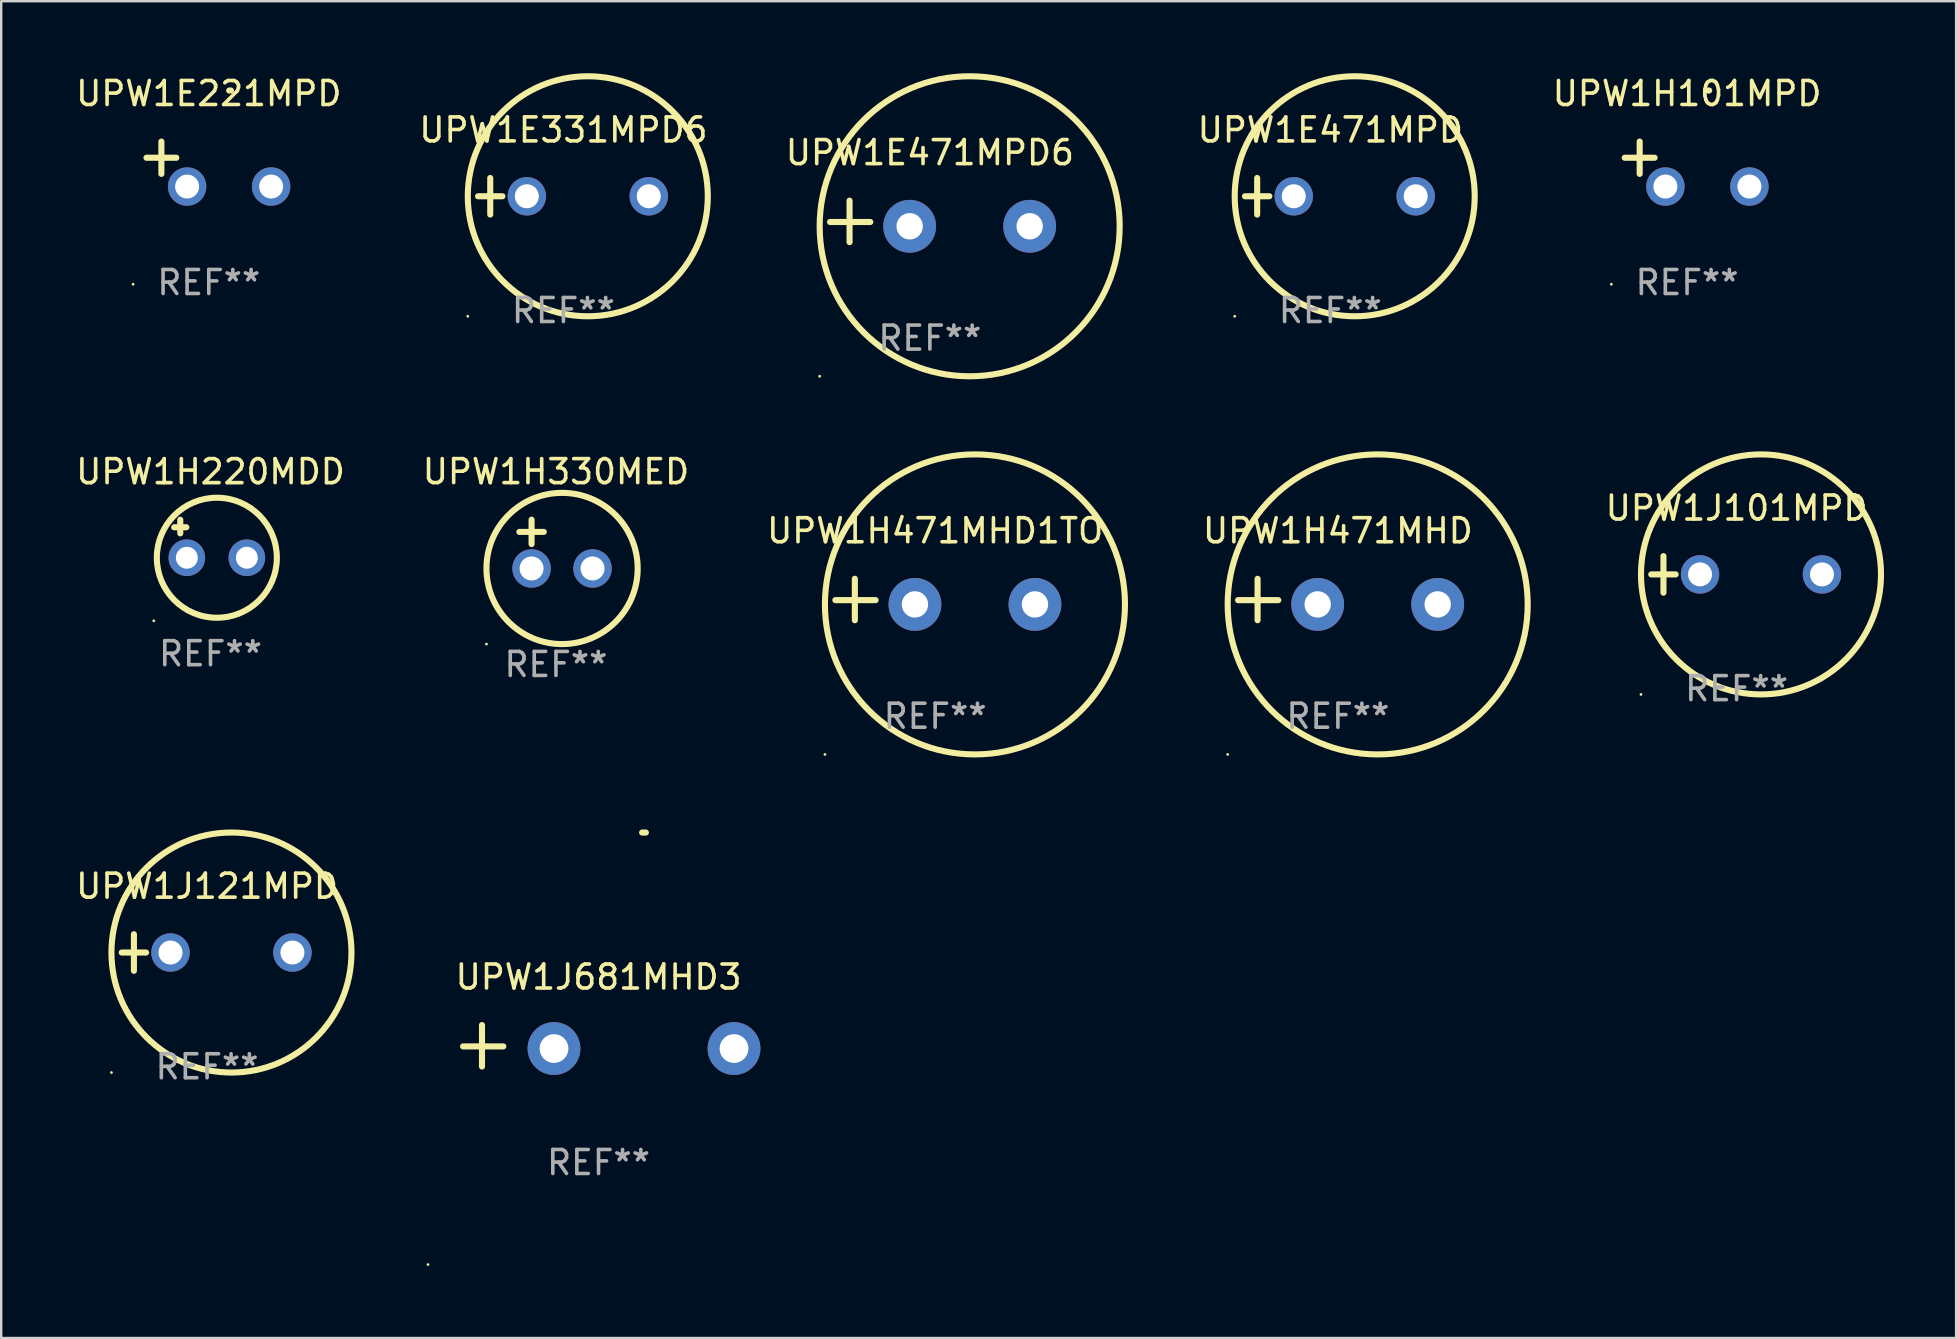
<source format=kicad_pcb>
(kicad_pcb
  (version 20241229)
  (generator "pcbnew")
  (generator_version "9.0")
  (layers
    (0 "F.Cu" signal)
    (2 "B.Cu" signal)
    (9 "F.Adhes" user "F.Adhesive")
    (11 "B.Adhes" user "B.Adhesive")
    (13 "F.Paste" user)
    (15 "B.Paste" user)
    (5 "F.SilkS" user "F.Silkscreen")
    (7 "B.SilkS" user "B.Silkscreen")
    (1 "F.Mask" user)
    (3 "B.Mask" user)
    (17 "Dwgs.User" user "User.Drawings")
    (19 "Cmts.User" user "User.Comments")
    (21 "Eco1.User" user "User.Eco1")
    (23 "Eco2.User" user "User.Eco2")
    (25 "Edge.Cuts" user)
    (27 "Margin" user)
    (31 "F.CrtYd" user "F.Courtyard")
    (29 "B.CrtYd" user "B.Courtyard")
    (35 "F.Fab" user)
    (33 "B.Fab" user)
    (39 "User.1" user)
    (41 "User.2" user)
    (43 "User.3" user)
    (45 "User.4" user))
  (footprint "UPW1H471MHD"
    (layer "F.Cu")
    (at 52.69 21.928)
    (property "Reference" "UPW1H471MHD" (at 0 -2.864 0) (layer "F.SilkS") (effects (font (size 1 1) (thickness 0.15))))
    (attr through_hole)
    (fp_line (start -3.346 0.864) (end -3.346 -0.864) (stroke (width 0.254) (type solid)) (layer "F.SilkS"))
    (fp_line (start -2.482 0.025) (end -4.158 0.025) (stroke (width 0.254) (type solid)) (layer "F.SilkS"))
    (fp_circle (center -4.592 6.453) (end -4.562 6.453) (stroke (width 0.06) (type solid)) (fill no) (layer "F.SilkS"))
    (fp_circle (center 1.658 0.203) (end 7.908 0.203) (stroke (width 0.254) (type solid)) (fill no) (layer "F.SilkS"))
    (fp_text user "REF**" (at 0 4.864 0) (layer "F.Fab") (effects (font (size 1 1) (thickness 0.15))))
    (pad "1" thru_hole circle (at -0.842 0.203) (size 2.2 2.2) (drill 1.1) (layers "*.Cu" "*.Mask"))
    (pad "2" thru_hole circle (at 4.158 0.203) (size 2.2 2.2) (drill 1.1) (layers "*.Cu" "*.Mask")))
  (footprint "UPW1E471MPD6"
    (layer "F.Cu")
    (at 35.691 6.174)
    (property "Reference" "UPW1E471MPD6" (at 0 -2.864 0) (layer "F.SilkS") (effects (font (size 1 1) (thickness 0.15))))
    (attr through_hole)
    (fp_line (start -3.346 0.864) (end -3.346 -0.864) (stroke (width 0.254) (type solid)) (layer "F.SilkS"))
    (fp_line (start -2.482 0.025) (end -4.158 0.025) (stroke (width 0.254) (type solid)) (layer "F.SilkS"))
    (fp_circle (center -4.592 6.453) (end -4.562 6.453) (stroke (width 0.06) (type solid)) (fill no) (layer "F.SilkS"))
    (fp_circle (center 1.658 0.203) (end 7.908 0.203) (stroke (width 0.254) (type solid)) (fill no) (layer "F.SilkS"))
    (fp_text user "REF**" (at 0 4.864 0) (layer "F.Fab") (effects (font (size 1 1) (thickness 0.15))))
    (pad "1" thru_hole circle (at -0.842 0.203) (size 2.2 2.2) (drill 1.1) (layers "*.Cu" "*.Mask"))
    (pad "2" thru_hole circle (at 4.158 0.203) (size 2.2 2.2) (drill 1.1) (layers "*.Cu" "*.Mask")))
  (footprint "UPW1E471MPD"
    (layer "F.Cu")
    (at 52.375 5.127)
    (property "Reference" "UPW1E471MPD" (at 0 -2.762 0) (layer "F.SilkS") (effects (font (size 1 1) (thickness 0.15))))
    (attr through_hole)
    (fp_line (start -3.556 0) (end -2.54 0) (stroke (width 0.254) (type solid)) (layer "F.SilkS"))
    (fp_line (start -3.048 -0.762) (end -3.048 0.762) (stroke (width 0.254) (type solid)) (layer "F.SilkS"))
    (fp_circle (center -3.984 5) (end -3.954 5) (stroke (width 0.06) (type solid)) (fill no) (layer "F.SilkS"))
    (fp_circle (center 1.016 0) (end 6.016 0) (stroke (width 0.254) (type solid)) (fill no) (layer "F.SilkS"))
    (fp_text user "REF**" (at 0 4.762 0) (layer "F.Fab") (effects (font (size 1 1) (thickness 0.15))))
    (pad "1" thru_hole circle (at -1.524 0) (size 1.6 1.6) (drill 1) (layers "*.Cu" "*.Mask"))
    (pad "2" thru_hole circle (at 3.556 0) (size 1.6 1.6) (drill 1) (layers "*.Cu" "*.Mask")))
  (footprint "UPW1H330MED"
    (layer "F.Cu")
    (at 20.113 19.618)
    (property "Reference" "UPW1H330MED" (at 0 -3.016 0) (layer "F.SilkS") (effects (font (size 1 1) (thickness 0.15))))
    (attr through_hole)
    (fp_line (start -1.524 -0.508) (end -0.508 -0.508) (stroke (width 0.254) (type solid)) (layer "F.SilkS"))
    (fp_line (start -1.016 -1.016) (end -1.016 0) (stroke (width 0.254) (type solid)) (layer "F.SilkS"))
    (fp_circle (center -2.896 4.166) (end -2.866 4.166) (stroke (width 0.06) (type solid)) (fill no) (layer "F.SilkS"))
    (fp_circle (center 0.254 1.016) (end 3.404 1.016) (stroke (width 0.254) (type solid)) (fill no) (layer "F.SilkS"))
    (fp_text user "REF**" (at 0 5.016 0) (layer "F.Fab") (effects (font (size 1 1) (thickness 0.15))))
    (pad "1" thru_hole circle (at -1.016 1.016) (size 1.6 1.6) (drill 1) (layers "*.Cu" "*.Mask"))
    (pad "2" thru_hole circle (at 1.524 1.016) (size 1.6 1.6) (drill 1) (layers "*.Cu" "*.Mask")))
  (footprint "UPW1J101MPD"
    (layer "F.Cu")
    (at 69.302 20.881)
    (property "Reference" "UPW1J101MPD" (at 0 -2.762 0) (layer "F.SilkS") (effects (font (size 1 1) (thickness 0.15))))
    (attr through_hole)
    (fp_line (start -3.556 0) (end -2.54 0) (stroke (width 0.254) (type solid)) (layer "F.SilkS"))
    (fp_line (start -3.048 -0.762) (end -3.048 0.762) (stroke (width 0.254) (type solid)) (layer "F.SilkS"))
    (fp_circle (center -3.984 5) (end -3.954 5) (stroke (width 0.06) (type solid)) (fill no) (layer "F.SilkS"))
    (fp_circle (center 1.016 0) (end 6.016 0) (stroke (width 0.254) (type solid)) (fill no) (layer "F.SilkS"))
    (fp_text user "REF**" (at 0 4.762 0) (layer "F.Fab") (effects (font (size 1 1) (thickness 0.15))))
    (pad "1" thru_hole circle (at -1.524 0) (size 1.6 1.6) (drill 1) (layers "*.Cu" "*.Mask"))
    (pad "2" thru_hole circle (at 3.556 0) (size 1.6 1.6) (drill 1) (layers "*.Cu" "*.Mask")))
  (footprint "UPW1H471MHD1TO"
    (layer "F.Cu")
    (at 35.911 21.928)
    (property "Reference" "UPW1H471MHD1TO" (at 0 -2.864 0) (layer "F.SilkS") (effects (font (size 1 1) (thickness 0.15))))
    (attr through_hole)
    (fp_line (start -3.346 0.864) (end -3.346 -0.864) (stroke (width 0.254) (type solid)) (layer "F.SilkS"))
    (fp_line (start -2.482 0.025) (end -4.158 0.025) (stroke (width 0.254) (type solid)) (layer "F.SilkS"))
    (fp_circle (center -4.592 6.453) (end -4.562 6.453) (stroke (width 0.06) (type solid)) (fill no) (layer "F.SilkS"))
    (fp_circle (center 1.658 0.203) (end 7.908 0.203) (stroke (width 0.254) (type solid)) (fill no) (layer "F.SilkS"))
    (fp_text user "REF**" (at 0 4.864 0) (layer "F.Fab") (effects (font (size 1 1) (thickness 0.15))))
    (pad "1" thru_hole circle (at -0.842 0.203) (size 2.2 2.2) (drill 1.1) (layers "*.Cu" "*.Mask"))
    (pad "2" thru_hole circle (at 4.158 0.203) (size 2.2 2.2) (drill 1.1) (layers "*.Cu" "*.Mask")))
  (footprint "UPW1J681MHD3"
    (layer "F.Cu")
    (at 21.887 40.521)
    (property "Reference" "UPW1J681MHD3" (at 0 -2.864 0) (layer "F.SilkS") (effects (font (size 1 1) (thickness 0.15))))
    (attr through_hole)
    (fp_line (start -4.856 0.864) (end -4.856 -0.864) (stroke (width 0.254) (type solid)) (layer "F.SilkS"))
    (fp_line (start -3.967 0.025) (end -5.644 0.025) (stroke (width 0.254) (type solid)) (layer "F.SilkS"))
    (fp_arc (start 1.815024 -8.885649) (mid 1.893764 -8.88599) (end 1.972504 -8.885649) (stroke (width 0.254001) (type solid)) (layer "F.SilkS"))
    (fp_circle (center -7.106 9.114) (end -7.076 9.114) (stroke (width 0.06) (type solid)) (fill no) (layer "F.SilkS"))
    (fp_text user "REF**" (at 0 4.864 0) (layer "F.Fab") (effects (font (size 1 1) (thickness 0.15))))
    (pad "1" thru_hole circle (at -1.856 0.114) (size 2.2 2.2) (drill 1.2) (layers "*.Cu" "*.Mask"))
    (pad "2" thru_hole circle (at 5.644 0.114) (size 2.2 2.2) (drill 1.2) (layers "*.Cu" "*.Mask")))
  (footprint "UPW1E331MPD6"
    (layer "F.Cu")
    (at 20.423 5.127)
    (property "Reference" "UPW1E331MPD6" (at 0 -2.762 0) (layer "F.SilkS") (effects (font (size 1 1) (thickness 0.15))))
    (attr through_hole)
    (fp_line (start -3.556 0) (end -2.54 0) (stroke (width 0.254) (type solid)) (layer "F.SilkS"))
    (fp_line (start -3.048 -0.762) (end -3.048 0.762) (stroke (width 0.254) (type solid)) (layer "F.SilkS"))
    (fp_circle (center -3.984 5) (end -3.954 5) (stroke (width 0.06) (type solid)) (fill no) (layer "F.SilkS"))
    (fp_circle (center 1.016 0) (end 6.016 0) (stroke (width 0.254) (type solid)) (fill no) (layer "F.SilkS"))
    (fp_text user "REF**" (at 0 4.762 0) (layer "F.Fab") (effects (font (size 1 1) (thickness 0.15))))
    (pad "1" thru_hole circle (at -1.524 0) (size 1.6 1.6) (drill 1) (layers "*.Cu" "*.Mask"))
    (pad "2" thru_hole circle (at 3.556 0) (size 1.6 1.6) (drill 1) (layers "*.Cu" "*.Mask")))
  (footprint "UPW1J121MPD"
    (layer "F.Cu")
    (at 5.577 36.635)
    (property "Reference" "UPW1J121MPD" (at 0 -2.762 0) (layer "F.SilkS") (effects (font (size 1 1) (thickness 0.15))))
    (attr through_hole)
    (fp_line (start -3.556 0) (end -2.54 0) (stroke (width 0.254) (type solid)) (layer "F.SilkS"))
    (fp_line (start -3.048 -0.762) (end -3.048 0.762) (stroke (width 0.254) (type solid)) (layer "F.SilkS"))
    (fp_circle (center -3.984 5) (end -3.954 5) (stroke (width 0.06) (type solid)) (fill no) (layer "F.SilkS"))
    (fp_circle (center 1.016 0) (end 6.016 0) (stroke (width 0.254) (type solid)) (fill no) (layer "F.SilkS"))
    (fp_text user "REF**" (at 0 4.762 0) (layer "F.Fab") (effects (font (size 1 1) (thickness 0.15))))
    (pad "1" thru_hole circle (at -1.524 0) (size 1.6 1.6) (drill 1) (layers "*.Cu" "*.Mask"))
    (pad "2" thru_hole circle (at 3.556 0) (size 1.6 1.6) (drill 1) (layers "*.Cu" "*.Mask")))
  (footprint "UPW1E221MPD"
    (layer "F.Cu")
    (at 5.649 3.785)
    (property "Reference" "UPW1E221MPD" (at 0 -2.937 0) (layer "F.SilkS") (effects (font (size 1 1) (thickness 0.15))))
    (attr through_hole)
    (fp_line (start -1.975 0.41) (end -1.975 -0.937) (stroke (width 0.254) (type solid)) (layer "F.SilkS"))
    (fp_line (start -1.353 -0.263) (end -2.597 -0.263) (stroke (width 0.254) (type solid)) (layer "F.SilkS"))
    (fp_arc (start 0.849809 -3.063957) (mid 0.885369 -3.064114) (end 0.920929 -3.063957) (stroke (width 0.254001) (type solid)) (layer "F.SilkS"))
    (fp_circle (center -3.154 5.008) (end -3.124 5.008) (stroke (width 0.06) (type solid)) (fill no) (layer "F.SilkS"))
    (fp_text user "REF**" (at 0 4.937 0) (layer "F.Fab") (effects (font (size 1 1) (thickness 0.15))))
    (pad "1" thru_hole circle (at -0.903 0.937) (size 1.6 1.6) (drill 1) (layers "*.Cu" "*.Mask"))
    (pad "2" thru_hole circle (at 2.597 0.937) (size 1.6 1.6) (drill 1) (layers "*.Cu" "*.Mask")))
  (footprint "UPW1H220MDD"
    (layer "F.Cu")
    (at 5.72 19.395)
    (property "Reference" "UPW1H220MDD" (at 0 -2.792 0) (layer "F.SilkS") (effects (font (size 1 1) (thickness 0.15))))
    (attr through_hole)
    (fp_line (start -1.514 -0.478) (end -1.006 -0.478) (stroke (width 0.254) (type solid)) (layer "F.SilkS"))
    (fp_line (start -1.26 -0.792) (end -1.26 -0.224) (stroke (width 0.254) (type solid)) (layer "F.SilkS"))
    (fp_circle (center -2.363 3.42) (end -2.333 3.42) (stroke (width 0.06) (type solid)) (fill no) (layer "F.SilkS"))
    (fp_circle (center 0.264 0.792) (end 2.764 0.792) (stroke (width 0.254) (type solid)) (fill no) (layer "F.SilkS"))
    (fp_text user "REF**" (at 0 4.792 0) (layer "F.Fab") (effects (font (size 1 1) (thickness 0.15))))
    (pad "1" thru_hole circle (at -0.986 0.792) (size 1.524 1.524) (drill 0.914) (layers "*.Cu" "*.Mask"))
    (pad "2" thru_hole circle (at 1.514 0.792) (size 1.524 1.524) (drill 0.914) (layers "*.Cu" "*.Mask")))
  (footprint "UPW1H101MPD"
    (layer "F.Cu")
    (at 67.238 3.785)
    (property "Reference" "UPW1H101MPD" (at 0 -2.937 0) (layer "F.SilkS") (effects (font (size 1 1) (thickness 0.15))))
    (attr through_hole)
    (fp_line (start -1.975 0.41) (end -1.975 -0.937) (stroke (width 0.254) (type solid)) (layer "F.SilkS"))
    (fp_line (start -1.353 -0.263) (end -2.597 -0.263) (stroke (width 0.254) (type solid)) (layer "F.SilkS"))
    (fp_arc (start 0.849809 -3.063957) (mid 0.885369 -3.064114) (end 0.920929 -3.063957) (stroke (width 0.254001) (type solid)) (layer "F.SilkS"))
    (fp_circle (center -3.154 5.008) (end -3.124 5.008) (stroke (width 0.06) (type solid)) (fill no) (layer "F.SilkS"))
    (fp_text user "REF**" (at 0 4.937 0) (layer "F.Fab") (effects (font (size 1 1) (thickness 0.15))))
    (pad "1" thru_hole circle (at -0.903 0.937) (size 1.6 1.6) (drill 1) (layers "*.Cu" "*.Mask"))
    (pad "2" thru_hole circle (at 2.597 0.937) (size 1.6 1.6) (drill 1) (layers "*.Cu" "*.Mask")))
  (gr_rect
    (start -3 -3)
    (end 78.446 52.694)
    (stroke (width 0.1) (type default))
    (fill no)
    (layer "Edge.Cuts")))
</source>
